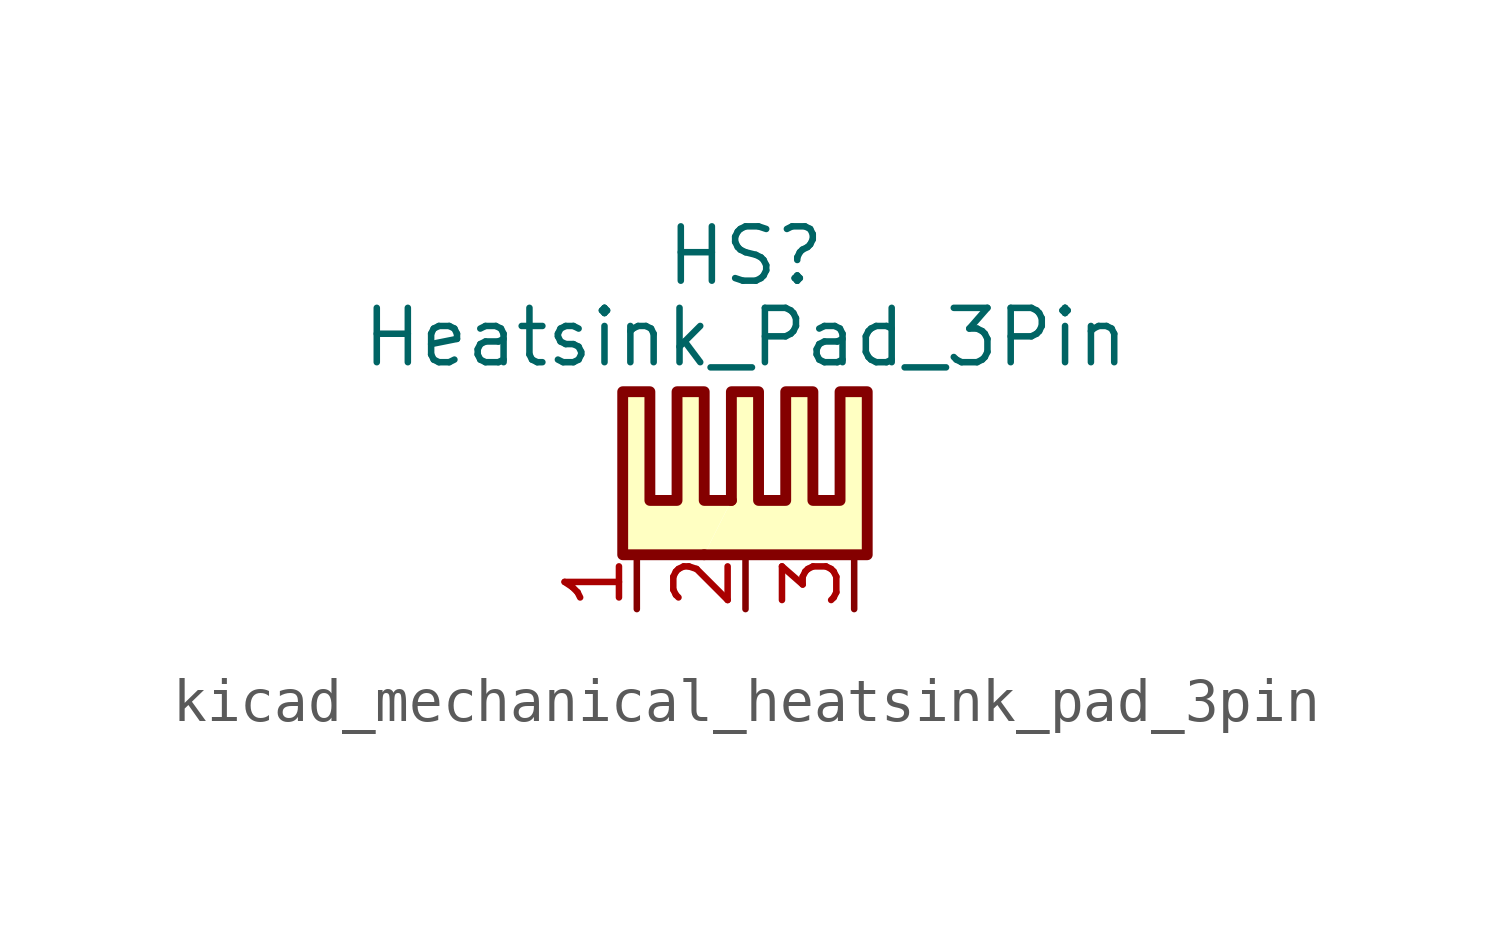
<source format=kicad_sym>
(kicad_symbol_lib
  (version 20220914)
  (generator kicad_symbol_editor)
  (symbol "kicad_mechanical_heatsink_pad_3pin"
    (pin_names
      (offset 0))
    (property "Reference" "HS"
      (at 0 5.715 0)
      (effects (font (size 1.27 1.27))))
    (property "Value" "Heatsink_Pad_3Pin"
      (at 0 3.81 0)
      (effects (font (size 1.27 1.27))))
    (symbol "kicad_mechanical_heatsink_pad_3pin_0_1"
      (polyline (pts (xy -0.33 0) (xy -0.965 0) (xy -0.965 2.54) (xy -1.6 2.54) (xy -1.6 0) (xy -2.235 0) (xy -2.235 2.54) (xy -2.87 2.54) (xy -2.87 -1.27) (xy -0.965 -1.27)) (stroke (width 0.254) (type default)) (fill (type background)))
      (polyline (pts (xy -0.33 0) (xy -0.33 2.54) (xy 0.305 2.54) (xy 0.305 0) (xy 0.94 0) (xy 0.94 2.54) (xy 1.575 2.54) (xy 1.575 0) (xy 2.21 0) (xy 2.21 2.54) (xy 2.845 2.54) (xy 2.845 -1.27) (xy -0.965 -1.27)) (stroke (width 0.254) (type default)) (fill (type background))))
    (symbol "kicad_mechanical_heatsink_pad_3pin_1_1"
      (pin passive line (at -2.54 -2.54 90) (length 1.27) (name "~" (effects (font (size 1.27 1.27)))) (number "1" (effects (font (size 1.27 1.27)))))
      (pin passive line (at 0 -2.54 90) (length 1.27) (name "~" (effects (font (size 1.27 1.27)))) (number "2" (effects (font (size 1.27 1.27)))))
      (pin passive line (at 2.54 -2.54 90) (length 1.27) (name "~" (effects (font (size 1.27 1.27)))) (number "3" (effects (font (size 1.27 1.27))))))))
</source>
